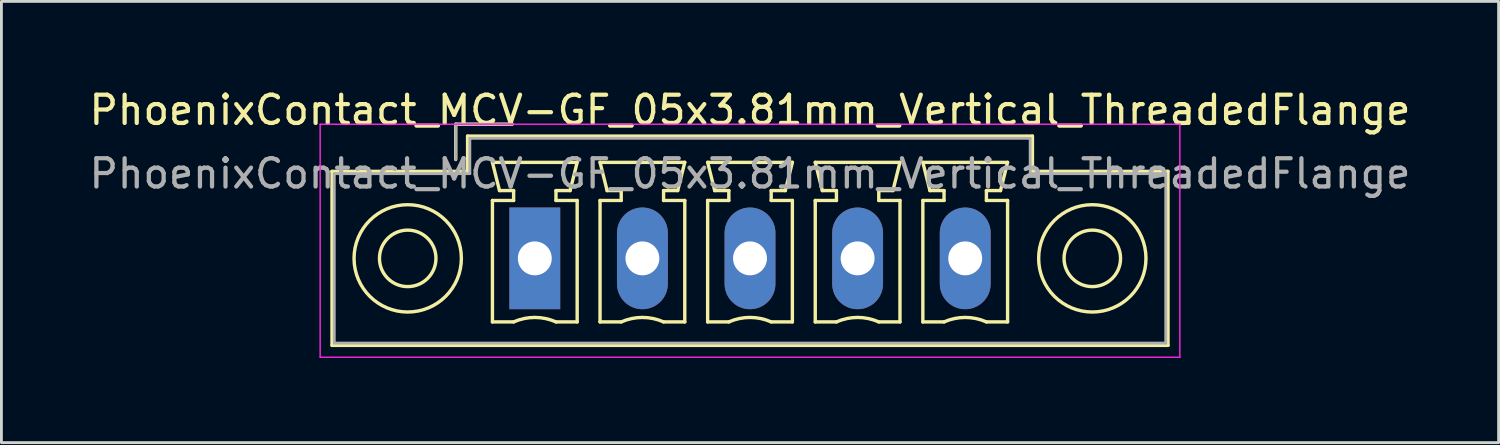
<source format=kicad_pcb>
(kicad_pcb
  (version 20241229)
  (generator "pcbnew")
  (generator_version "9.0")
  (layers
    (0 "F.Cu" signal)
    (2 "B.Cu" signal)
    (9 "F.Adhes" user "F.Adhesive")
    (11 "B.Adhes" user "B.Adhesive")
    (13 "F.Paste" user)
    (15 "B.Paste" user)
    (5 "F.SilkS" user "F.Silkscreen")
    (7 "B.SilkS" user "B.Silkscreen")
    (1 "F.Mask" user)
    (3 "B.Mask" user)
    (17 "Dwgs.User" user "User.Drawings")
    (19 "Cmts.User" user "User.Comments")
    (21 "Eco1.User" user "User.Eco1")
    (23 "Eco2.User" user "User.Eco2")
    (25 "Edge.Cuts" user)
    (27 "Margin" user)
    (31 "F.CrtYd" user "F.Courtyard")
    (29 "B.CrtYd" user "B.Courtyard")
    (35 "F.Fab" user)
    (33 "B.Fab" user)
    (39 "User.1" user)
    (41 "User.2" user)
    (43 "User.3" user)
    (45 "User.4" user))
  (footprint "PhoenixContact_MCV-GF_05x3.81mm_Vertical_ThreadedFlange"
    (layer "F.Cu")
    (at 15.886 6.098)
    (property "Reference" "PhoenixContact_MCV-GF_05x3.81mm_Vertical_ThreadedFlange" (at 7.62 -5.25 0) (layer "F.SilkS") (effects (font (size 1 1) (thickness 0.15))))
    (attr through_hole)
    (fp_line (start -7.18 -3.08) (end -7.18 3.08) (stroke (width 0.12) (type solid)) (layer "F.SilkS"))
    (fp_line (start -7.18 3.08) (end 22.42 3.08) (stroke (width 0.12) (type solid)) (layer "F.SilkS"))
    (fp_line (start -2.8 -4.75) (end -0.8 -4.75) (stroke (width 0.12) (type solid)) (layer "F.SilkS"))
    (fp_line (start -2.8 -3.5) (end -2.8 -4.75) (stroke (width 0.12) (type solid)) (layer "F.SilkS"))
    (fp_line (start -2.38 -4.33) (end -2.38 -3.08) (stroke (width 0.12) (type solid)) (layer "F.SilkS"))
    (fp_line (start -2.38 -3.08) (end -7.18 -3.08) (stroke (width 0.12) (type solid)) (layer "F.SilkS"))
    (fp_line (start -1.5 -3.4) (end 1.5 -3.4) (stroke (width 0.12) (type solid)) (layer "F.SilkS"))
    (fp_line (start -1.5 -2.05) (end -0.75 -2.05) (stroke (width 0.12) (type solid)) (layer "F.SilkS"))
    (fp_line (start -1.5 2.25) (end -1.5 -2.05) (stroke (width 0.12) (type solid)) (layer "F.SilkS"))
    (fp_line (start -1.25 -2.4) (end -1.5 -3.4) (stroke (width 0.12) (type solid)) (layer "F.SilkS"))
    (fp_line (start -0.75 -2.4) (end -1.25 -2.4) (stroke (width 0.12) (type solid)) (layer "F.SilkS"))
    (fp_line (start -0.75 -2.05) (end -0.75 -2.4) (stroke (width 0.12) (type solid)) (layer "F.SilkS"))
    (fp_line (start -0.75 2.25) (end -1.5 2.25) (stroke (width 0.12) (type solid)) (layer "F.SilkS"))
    (fp_line (start 0.75 -2.4) (end 0.75 -2.05) (stroke (width 0.12) (type solid)) (layer "F.SilkS"))
    (fp_line (start 0.75 -2.05) (end 1.5 -2.05) (stroke (width 0.12) (type solid)) (layer "F.SilkS"))
    (fp_line (start 1.25 -2.4) (end 0.75 -2.4) (stroke (width 0.12) (type solid)) (layer "F.SilkS"))
    (fp_line (start 1.5 -3.4) (end 1.25 -2.4) (stroke (width 0.12) (type solid)) (layer "F.SilkS"))
    (fp_line (start 1.5 -2.05) (end 1.5 2.25) (stroke (width 0.12) (type solid)) (layer "F.SilkS"))
    (fp_line (start 1.5 2.25) (end 0.75 2.25) (stroke (width 0.12) (type solid)) (layer "F.SilkS"))
    (fp_line (start 2.31 -3.4) (end 5.31 -3.4) (stroke (width 0.12) (type solid)) (layer "F.SilkS"))
    (fp_line (start 2.31 -2.05) (end 3.06 -2.05) (stroke (width 0.12) (type solid)) (layer "F.SilkS"))
    (fp_line (start 2.31 2.25) (end 2.31 -2.05) (stroke (width 0.12) (type solid)) (layer "F.SilkS"))
    (fp_line (start 2.56 -2.4) (end 2.31 -3.4) (stroke (width 0.12) (type solid)) (layer "F.SilkS"))
    (fp_line (start 3.06 -2.4) (end 2.56 -2.4) (stroke (width 0.12) (type solid)) (layer "F.SilkS"))
    (fp_line (start 3.06 -2.05) (end 3.06 -2.4) (stroke (width 0.12) (type solid)) (layer "F.SilkS"))
    (fp_line (start 3.06 2.25) (end 2.31 2.25) (stroke (width 0.12) (type solid)) (layer "F.SilkS"))
    (fp_line (start 4.56 -2.4) (end 4.56 -2.05) (stroke (width 0.12) (type solid)) (layer "F.SilkS"))
    (fp_line (start 4.56 -2.05) (end 5.31 -2.05) (stroke (width 0.12) (type solid)) (layer "F.SilkS"))
    (fp_line (start 5.06 -2.4) (end 4.56 -2.4) (stroke (width 0.12) (type solid)) (layer "F.SilkS"))
    (fp_line (start 5.31 -3.4) (end 5.06 -2.4) (stroke (width 0.12) (type solid)) (layer "F.SilkS"))
    (fp_line (start 5.31 -2.05) (end 5.31 2.25) (stroke (width 0.12) (type solid)) (layer "F.SilkS"))
    (fp_line (start 5.31 2.25) (end 4.56 2.25) (stroke (width 0.12) (type solid)) (layer "F.SilkS"))
    (fp_line (start 6.12 -3.4) (end 9.12 -3.4) (stroke (width 0.12) (type solid)) (layer "F.SilkS"))
    (fp_line (start 6.12 -2.05) (end 6.87 -2.05) (stroke (width 0.12) (type solid)) (layer "F.SilkS"))
    (fp_line (start 6.12 2.25) (end 6.12 -2.05) (stroke (width 0.12) (type solid)) (layer "F.SilkS"))
    (fp_line (start 6.37 -2.4) (end 6.12 -3.4) (stroke (width 0.12) (type solid)) (layer "F.SilkS"))
    (fp_line (start 6.87 -2.4) (end 6.37 -2.4) (stroke (width 0.12) (type solid)) (layer "F.SilkS"))
    (fp_line (start 6.87 -2.05) (end 6.87 -2.4) (stroke (width 0.12) (type solid)) (layer "F.SilkS"))
    (fp_line (start 6.87 2.25) (end 6.12 2.25) (stroke (width 0.12) (type solid)) (layer "F.SilkS"))
    (fp_line (start 8.37 -2.4) (end 8.37 -2.05) (stroke (width 0.12) (type solid)) (layer "F.SilkS"))
    (fp_line (start 8.37 -2.05) (end 9.12 -2.05) (stroke (width 0.12) (type solid)) (layer "F.SilkS"))
    (fp_line (start 8.87 -2.4) (end 8.37 -2.4) (stroke (width 0.12) (type solid)) (layer "F.SilkS"))
    (fp_line (start 9.12 -3.4) (end 8.87 -2.4) (stroke (width 0.12) (type solid)) (layer "F.SilkS"))
    (fp_line (start 9.12 -2.05) (end 9.12 2.25) (stroke (width 0.12) (type solid)) (layer "F.SilkS"))
    (fp_line (start 9.12 2.25) (end 8.37 2.25) (stroke (width 0.12) (type solid)) (layer "F.SilkS"))
    (fp_line (start 9.93 -3.4) (end 12.93 -3.4) (stroke (width 0.12) (type solid)) (layer "F.SilkS"))
    (fp_line (start 9.93 -2.05) (end 10.68 -2.05) (stroke (width 0.12) (type solid)) (layer "F.SilkS"))
    (fp_line (start 9.93 2.25) (end 9.93 -2.05) (stroke (width 0.12) (type solid)) (layer "F.SilkS"))
    (fp_line (start 10.18 -2.4) (end 9.93 -3.4) (stroke (width 0.12) (type solid)) (layer "F.SilkS"))
    (fp_line (start 10.68 -2.4) (end 10.18 -2.4) (stroke (width 0.12) (type solid)) (layer "F.SilkS"))
    (fp_line (start 10.68 -2.05) (end 10.68 -2.4) (stroke (width 0.12) (type solid)) (layer "F.SilkS"))
    (fp_line (start 10.68 2.25) (end 9.93 2.25) (stroke (width 0.12) (type solid)) (layer "F.SilkS"))
    (fp_line (start 12.18 -2.4) (end 12.18 -2.05) (stroke (width 0.12) (type solid)) (layer "F.SilkS"))
    (fp_line (start 12.18 -2.05) (end 12.93 -2.05) (stroke (width 0.12) (type solid)) (layer "F.SilkS"))
    (fp_line (start 12.68 -2.4) (end 12.18 -2.4) (stroke (width 0.12) (type solid)) (layer "F.SilkS"))
    (fp_line (start 12.93 -3.4) (end 12.68 -2.4) (stroke (width 0.12) (type solid)) (layer "F.SilkS"))
    (fp_line (start 12.93 -2.05) (end 12.93 2.25) (stroke (width 0.12) (type solid)) (layer "F.SilkS"))
    (fp_line (start 12.93 2.25) (end 12.18 2.25) (stroke (width 0.12) (type solid)) (layer "F.SilkS"))
    (fp_line (start 13.74 -3.4) (end 16.74 -3.4) (stroke (width 0.12) (type solid)) (layer "F.SilkS"))
    (fp_line (start 13.74 -2.05) (end 14.49 -2.05) (stroke (width 0.12) (type solid)) (layer "F.SilkS"))
    (fp_line (start 13.74 2.25) (end 13.74 -2.05) (stroke (width 0.12) (type solid)) (layer "F.SilkS"))
    (fp_line (start 13.99 -2.4) (end 13.74 -3.4) (stroke (width 0.12) (type solid)) (layer "F.SilkS"))
    (fp_line (start 14.49 -2.4) (end 13.99 -2.4) (stroke (width 0.12) (type solid)) (layer "F.SilkS"))
    (fp_line (start 14.49 -2.05) (end 14.49 -2.4) (stroke (width 0.12) (type solid)) (layer "F.SilkS"))
    (fp_line (start 14.49 2.25) (end 13.74 2.25) (stroke (width 0.12) (type solid)) (layer "F.SilkS"))
    (fp_line (start 15.99 -2.4) (end 15.99 -2.05) (stroke (width 0.12) (type solid)) (layer "F.SilkS"))
    (fp_line (start 15.99 -2.05) (end 16.74 -2.05) (stroke (width 0.12) (type solid)) (layer "F.SilkS"))
    (fp_line (start 16.49 -2.4) (end 15.99 -2.4) (stroke (width 0.12) (type solid)) (layer "F.SilkS"))
    (fp_line (start 16.74 -3.4) (end 16.49 -2.4) (stroke (width 0.12) (type solid)) (layer "F.SilkS"))
    (fp_line (start 16.74 -2.05) (end 16.74 2.25) (stroke (width 0.12) (type solid)) (layer "F.SilkS"))
    (fp_line (start 16.74 2.25) (end 15.99 2.25) (stroke (width 0.12) (type solid)) (layer "F.SilkS"))
    (fp_line (start 17.62 -4.33) (end -2.38 -4.33) (stroke (width 0.12) (type solid)) (layer "F.SilkS"))
    (fp_line (start 17.62 -3.08) (end 17.62 -4.33) (stroke (width 0.12) (type solid)) (layer "F.SilkS"))
    (fp_line (start 22.42 -3.08) (end 17.62 -3.08) (stroke (width 0.12) (type solid)) (layer "F.SilkS"))
    (fp_line (start 22.42 3.08) (end 22.42 -3.08) (stroke (width 0.12) (type solid)) (layer "F.SilkS"))
    (fp_arc (start -0.75 2.25) (mid -0.000193 2.09191) (end 0.749647 2.249844) (stroke (width 0.12) (type solid)) (layer "F.SilkS"))
    (fp_arc (start 3.06 2.25) (mid 3.809807 2.09191) (end 4.559647 2.249844) (stroke (width 0.12) (type solid)) (layer "F.SilkS"))
    (fp_arc (start 6.87 2.25) (mid 7.619807 2.09191) (end 8.369647 2.249844) (stroke (width 0.12) (type solid)) (layer "F.SilkS"))
    (fp_arc (start 10.68 2.25) (mid 11.429807 2.09191) (end 12.179647 2.249844) (stroke (width 0.12) (type solid)) (layer "F.SilkS"))
    (fp_arc (start 14.49 2.25) (mid 15.239807 2.09191) (end 15.989647 2.249844) (stroke (width 0.12) (type solid)) (layer "F.SilkS"))
    (fp_circle (center -4.5 0) (end -3.5 0) (stroke (width 0.12) (type solid)) (fill no) (layer "F.SilkS"))
    (fp_circle (center -4.5 0) (end -2.6 0) (stroke (width 0.12) (type solid)) (fill no) (layer "F.SilkS"))
    (fp_circle (center 19.74 0) (end 20.74 0) (stroke (width 0.12) (type solid)) (fill no) (layer "F.SilkS"))
    (fp_circle (center 19.74 0) (end 21.64 0) (stroke (width 0.12) (type solid)) (fill no) (layer "F.SilkS"))
    (fp_line (start -7.6 -4.75) (end -7.6 3.5) (stroke (width 0.05) (type solid)) (layer "F.CrtYd"))
    (fp_line (start -7.6 3.5) (end 22.84 3.5) (stroke (width 0.05) (type solid)) (layer "F.CrtYd"))
    (fp_line (start 22.84 -4.75) (end -7.6 -4.75) (stroke (width 0.05) (type solid)) (layer "F.CrtYd"))
    (fp_line (start 22.84 3.5) (end 22.84 -4.75) (stroke (width 0.05) (type solid)) (layer "F.CrtYd"))
    (fp_line (start -7.1 -3) (end -7.1 3) (stroke (width 0.1) (type solid)) (layer "F.Fab"))
    (fp_line (start -7.1 3) (end 22.34 3) (stroke (width 0.1) (type solid)) (layer "F.Fab"))
    (fp_line (start -2.8 -4.75) (end -0.8 -4.75) (stroke (width 0.1) (type solid)) (layer "F.Fab"))
    (fp_line (start -2.8 -3.5) (end -2.8 -4.75) (stroke (width 0.1) (type solid)) (layer "F.Fab"))
    (fp_line (start -2.3 -4.25) (end -2.3 -3) (stroke (width 0.1) (type solid)) (layer "F.Fab"))
    (fp_line (start -2.3 -3) (end -7.1 -3) (stroke (width 0.1) (type solid)) (layer "F.Fab"))
    (fp_line (start 17.54 -4.25) (end -2.3 -4.25) (stroke (width 0.1) (type solid)) (layer "F.Fab"))
    (fp_line (start 17.54 -3) (end 17.54 -4.25) (stroke (width 0.1) (type solid)) (layer "F.Fab"))
    (fp_line (start 22.34 -3) (end 17.54 -3) (stroke (width 0.1) (type solid)) (layer "F.Fab"))
    (fp_line (start 22.34 3) (end 22.34 -3) (stroke (width 0.1) (type solid)) (layer "F.Fab"))
    (fp_text user "${REFERENCE}" (at 7.62 -3 0) (layer "F.Fab") (effects (font (size 1 1) (thickness 0.15))))
    (pad "1" thru_hole rect (at 0 0) (size 1.8 3.6) (drill 1.2) (layers "*.Cu" "*.Mask"))
    (pad "2" thru_hole oval (at 3.81 0) (size 1.8 3.6) (drill 1.2) (layers "*.Cu" "*.Mask"))
    (pad "3" thru_hole oval (at 7.62 0) (size 1.8 3.6) (drill 1.2) (layers "*.Cu" "*.Mask"))
    (pad "4" thru_hole oval (at 11.43 0) (size 1.8 3.6) (drill 1.2) (layers "*.Cu" "*.Mask"))
    (pad "5" thru_hole oval (at 15.24 0) (size 1.8 3.6) (drill 1.2) (layers "*.Cu" "*.Mask")))
  (gr_rect
    (start -3 -3)
    (end 50.012 12.623)
    (stroke (width 0.1) (type default))
    (fill no)
    (layer "Edge.Cuts")))
</source>
